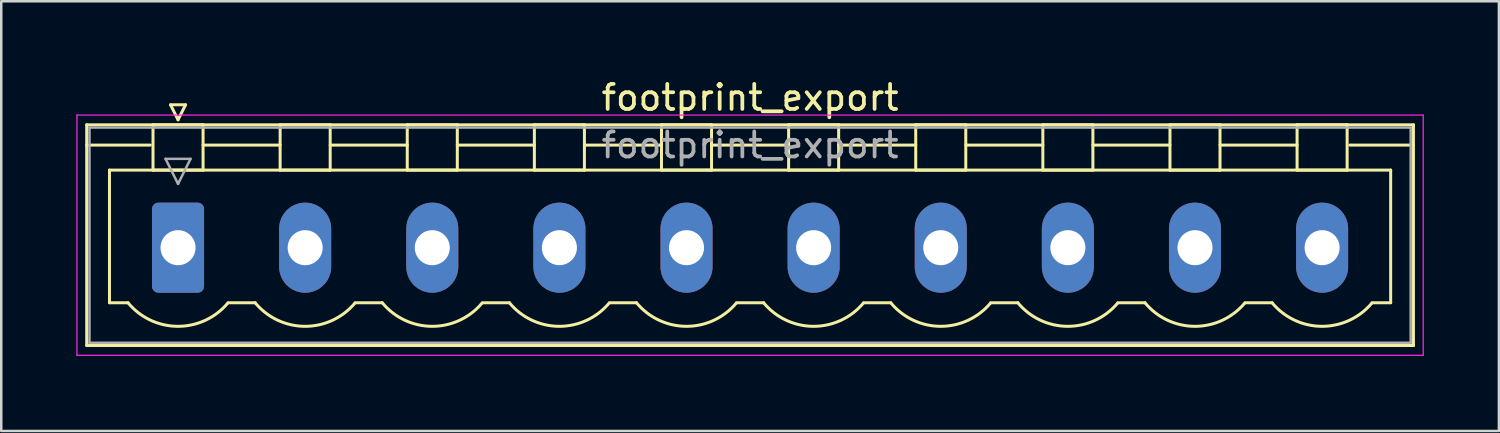
<source format=kicad_pcb>
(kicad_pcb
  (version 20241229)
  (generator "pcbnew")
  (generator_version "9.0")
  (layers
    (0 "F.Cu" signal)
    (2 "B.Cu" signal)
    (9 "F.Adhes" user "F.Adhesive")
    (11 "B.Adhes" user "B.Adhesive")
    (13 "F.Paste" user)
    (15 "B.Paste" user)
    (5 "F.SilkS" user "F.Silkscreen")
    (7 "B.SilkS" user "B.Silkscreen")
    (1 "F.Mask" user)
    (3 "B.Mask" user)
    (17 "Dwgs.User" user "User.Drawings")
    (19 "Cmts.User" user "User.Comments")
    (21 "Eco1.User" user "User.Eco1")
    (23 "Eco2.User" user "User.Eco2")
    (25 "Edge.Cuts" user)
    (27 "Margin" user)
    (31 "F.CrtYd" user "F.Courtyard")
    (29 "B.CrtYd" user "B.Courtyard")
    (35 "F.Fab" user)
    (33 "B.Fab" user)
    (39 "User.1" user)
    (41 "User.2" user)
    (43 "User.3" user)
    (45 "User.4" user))
  (footprint "footprint_export"
    (layer "F.Cu")
    (at 4.065 6.848)
    (property "Reference" "footprint_export" (at 22.86 -6 0) (layer "F.SilkS") (effects (font (size 1 1) (thickness 0.15))))
    (attr through_hole)
    (fp_line (start -3.65 -4.91) (end -3.65 3.91) (stroke (width 0.12) (type solid)) (layer "F.SilkS"))
    (fp_line (start -3.65 -4.1) (end -1.11 -4.1) (stroke (width 0.12) (type solid)) (layer "F.SilkS"))
    (fp_line (start -3.65 3.91) (end 49.37 3.91) (stroke (width 0.12) (type solid)) (layer "F.SilkS"))
    (fp_line (start -2.74 -3.1) (end 48.46 -3.1) (stroke (width 0.12) (type solid)) (layer "F.SilkS"))
    (fp_line (start -2.74 2.2) (end -2.74 -3.1) (stroke (width 0.12) (type solid)) (layer "F.SilkS"))
    (fp_line (start -2 2.2) (end -2.74 2.2) (stroke (width 0.12) (type solid)) (layer "F.SilkS"))
    (fp_line (start -1 -4.91) (end 1 -4.91) (stroke (width 0.12) (type solid)) (layer "F.SilkS"))
    (fp_line (start -1 -3.1) (end -1 -4.91) (stroke (width 0.12) (type solid)) (layer "F.SilkS"))
    (fp_line (start -0.3 -5.71) (end 0.3 -5.71) (stroke (width 0.12) (type solid)) (layer "F.SilkS"))
    (fp_line (start 0 -5.11) (end -0.3 -5.71) (stroke (width 0.12) (type solid)) (layer "F.SilkS"))
    (fp_line (start 0.3 -5.71) (end 0 -5.11) (stroke (width 0.12) (type solid)) (layer "F.SilkS"))
    (fp_line (start 1 -4.91) (end 1 -3.1) (stroke (width 0.12) (type solid)) (layer "F.SilkS"))
    (fp_line (start 1 -4.1) (end 4.08 -4.1) (stroke (width 0.12) (type solid)) (layer "F.SilkS"))
    (fp_line (start 1 -3.1) (end -1 -3.1) (stroke (width 0.12) (type solid)) (layer "F.SilkS"))
    (fp_line (start 2 2.2) (end 3.08 2.2) (stroke (width 0.12) (type solid)) (layer "F.SilkS"))
    (fp_line (start 4.08 -4.91) (end 6.08 -4.91) (stroke (width 0.12) (type solid)) (layer "F.SilkS"))
    (fp_line (start 4.08 -3.1) (end 4.08 -4.91) (stroke (width 0.12) (type solid)) (layer "F.SilkS"))
    (fp_line (start 6.08 -4.91) (end 6.08 -3.1) (stroke (width 0.12) (type solid)) (layer "F.SilkS"))
    (fp_line (start 6.08 -4.1) (end 9.16 -4.1) (stroke (width 0.12) (type solid)) (layer "F.SilkS"))
    (fp_line (start 6.08 -3.1) (end 4.08 -3.1) (stroke (width 0.12) (type solid)) (layer "F.SilkS"))
    (fp_line (start 7.08 2.2) (end 8.16 2.2) (stroke (width 0.12) (type solid)) (layer "F.SilkS"))
    (fp_line (start 9.16 -4.91) (end 11.16 -4.91) (stroke (width 0.12) (type solid)) (layer "F.SilkS"))
    (fp_line (start 9.16 -3.1) (end 9.16 -4.91) (stroke (width 0.12) (type solid)) (layer "F.SilkS"))
    (fp_line (start 11.16 -4.91) (end 11.16 -3.1) (stroke (width 0.12) (type solid)) (layer "F.SilkS"))
    (fp_line (start 11.16 -4.1) (end 14.24 -4.1) (stroke (width 0.12) (type solid)) (layer "F.SilkS"))
    (fp_line (start 11.16 -3.1) (end 9.16 -3.1) (stroke (width 0.12) (type solid)) (layer "F.SilkS"))
    (fp_line (start 12.16 2.2) (end 13.24 2.2) (stroke (width 0.12) (type solid)) (layer "F.SilkS"))
    (fp_line (start 14.24 -4.91) (end 16.24 -4.91) (stroke (width 0.12) (type solid)) (layer "F.SilkS"))
    (fp_line (start 14.24 -3.1) (end 14.24 -4.91) (stroke (width 0.12) (type solid)) (layer "F.SilkS"))
    (fp_line (start 16.24 -4.91) (end 16.24 -3.1) (stroke (width 0.12) (type solid)) (layer "F.SilkS"))
    (fp_line (start 16.24 -4.1) (end 19.32 -4.1) (stroke (width 0.12) (type solid)) (layer "F.SilkS"))
    (fp_line (start 16.24 -3.1) (end 14.24 -3.1) (stroke (width 0.12) (type solid)) (layer "F.SilkS"))
    (fp_line (start 17.24 2.2) (end 18.32 2.2) (stroke (width 0.12) (type solid)) (layer "F.SilkS"))
    (fp_line (start 19.32 -4.91) (end 21.32 -4.91) (stroke (width 0.12) (type solid)) (layer "F.SilkS"))
    (fp_line (start 19.32 -3.1) (end 19.32 -4.91) (stroke (width 0.12) (type solid)) (layer "F.SilkS"))
    (fp_line (start 21.32 -4.91) (end 21.32 -3.1) (stroke (width 0.12) (type solid)) (layer "F.SilkS"))
    (fp_line (start 21.32 -4.1) (end 24.4 -4.1) (stroke (width 0.12) (type solid)) (layer "F.SilkS"))
    (fp_line (start 21.32 -3.1) (end 19.32 -3.1) (stroke (width 0.12) (type solid)) (layer "F.SilkS"))
    (fp_line (start 22.32 2.2) (end 23.4 2.2) (stroke (width 0.12) (type solid)) (layer "F.SilkS"))
    (fp_line (start 24.4 -4.91) (end 26.4 -4.91) (stroke (width 0.12) (type solid)) (layer "F.SilkS"))
    (fp_line (start 24.4 -3.1) (end 24.4 -4.91) (stroke (width 0.12) (type solid)) (layer "F.SilkS"))
    (fp_line (start 26.4 -4.91) (end 26.4 -3.1) (stroke (width 0.12) (type solid)) (layer "F.SilkS"))
    (fp_line (start 26.4 -4.1) (end 29.48 -4.1) (stroke (width 0.12) (type solid)) (layer "F.SilkS"))
    (fp_line (start 26.4 -3.1) (end 24.4 -3.1) (stroke (width 0.12) (type solid)) (layer "F.SilkS"))
    (fp_line (start 27.4 2.2) (end 28.48 2.2) (stroke (width 0.12) (type solid)) (layer "F.SilkS"))
    (fp_line (start 29.48 -4.91) (end 31.48 -4.91) (stroke (width 0.12) (type solid)) (layer "F.SilkS"))
    (fp_line (start 29.48 -3.1) (end 29.48 -4.91) (stroke (width 0.12) (type solid)) (layer "F.SilkS"))
    (fp_line (start 31.48 -4.91) (end 31.48 -3.1) (stroke (width 0.12) (type solid)) (layer "F.SilkS"))
    (fp_line (start 31.48 -4.1) (end 34.56 -4.1) (stroke (width 0.12) (type solid)) (layer "F.SilkS"))
    (fp_line (start 31.48 -3.1) (end 29.48 -3.1) (stroke (width 0.12) (type solid)) (layer "F.SilkS"))
    (fp_line (start 32.48 2.2) (end 33.56 2.2) (stroke (width 0.12) (type solid)) (layer "F.SilkS"))
    (fp_line (start 34.56 -4.91) (end 36.56 -4.91) (stroke (width 0.12) (type solid)) (layer "F.SilkS"))
    (fp_line (start 34.56 -3.1) (end 34.56 -4.91) (stroke (width 0.12) (type solid)) (layer "F.SilkS"))
    (fp_line (start 36.56 -4.91) (end 36.56 -3.1) (stroke (width 0.12) (type solid)) (layer "F.SilkS"))
    (fp_line (start 36.56 -4.1) (end 39.64 -4.1) (stroke (width 0.12) (type solid)) (layer "F.SilkS"))
    (fp_line (start 36.56 -3.1) (end 34.56 -3.1) (stroke (width 0.12) (type solid)) (layer "F.SilkS"))
    (fp_line (start 37.56 2.2) (end 38.64 2.2) (stroke (width 0.12) (type solid)) (layer "F.SilkS"))
    (fp_line (start 39.64 -4.91) (end 41.64 -4.91) (stroke (width 0.12) (type solid)) (layer "F.SilkS"))
    (fp_line (start 39.64 -3.1) (end 39.64 -4.91) (stroke (width 0.12) (type solid)) (layer "F.SilkS"))
    (fp_line (start 41.64 -4.91) (end 41.64 -3.1) (stroke (width 0.12) (type solid)) (layer "F.SilkS"))
    (fp_line (start 41.64 -4.1) (end 44.72 -4.1) (stroke (width 0.12) (type solid)) (layer "F.SilkS"))
    (fp_line (start 41.64 -3.1) (end 39.64 -3.1) (stroke (width 0.12) (type solid)) (layer "F.SilkS"))
    (fp_line (start 42.64 2.2) (end 43.72 2.2) (stroke (width 0.12) (type solid)) (layer "F.SilkS"))
    (fp_line (start 44.72 -4.91) (end 46.72 -4.91) (stroke (width 0.12) (type solid)) (layer "F.SilkS"))
    (fp_line (start 44.72 -3.1) (end 44.72 -4.91) (stroke (width 0.12) (type solid)) (layer "F.SilkS"))
    (fp_line (start 46.72 -4.91) (end 46.72 -3.1) (stroke (width 0.12) (type solid)) (layer "F.SilkS"))
    (fp_line (start 46.72 -3.1) (end 44.72 -3.1) (stroke (width 0.12) (type solid)) (layer "F.SilkS"))
    (fp_line (start 48.46 -3.1) (end 48.46 2.2) (stroke (width 0.12) (type solid)) (layer "F.SilkS"))
    (fp_line (start 48.46 2.2) (end 47.72 2.2) (stroke (width 0.12) (type solid)) (layer "F.SilkS"))
    (fp_line (start 49.37 -4.91) (end -3.65 -4.91) (stroke (width 0.12) (type solid)) (layer "F.SilkS"))
    (fp_line (start 49.37 -4.1) (end 46.83 -4.1) (stroke (width 0.12) (type solid)) (layer "F.SilkS"))
    (fp_line (start 49.37 3.91) (end 49.37 -4.91) (stroke (width 0.12) (type solid)) (layer "F.SilkS"))
    (fp_arc (start 1.986842 2.215821) (mid -0.010289 3.142758) (end -2 2.2) (stroke (width 0.12) (type solid)) (layer "F.SilkS"))
    (fp_arc (start 7.066842 2.215821) (mid 5.069711 3.142758) (end 3.08 2.2) (stroke (width 0.12) (type solid)) (layer "F.SilkS"))
    (fp_arc (start 12.146842 2.215821) (mid 10.149711 3.142758) (end 8.16 2.2) (stroke (width 0.12) (type solid)) (layer "F.SilkS"))
    (fp_arc (start 17.226842 2.215821) (mid 15.229711 3.142758) (end 13.24 2.2) (stroke (width 0.12) (type solid)) (layer "F.SilkS"))
    (fp_arc (start 22.306842 2.215821) (mid 20.309711 3.142758) (end 18.32 2.2) (stroke (width 0.12) (type solid)) (layer "F.SilkS"))
    (fp_arc (start 27.386842 2.215821) (mid 25.389711 3.142758) (end 23.4 2.2) (stroke (width 0.12) (type solid)) (layer "F.SilkS"))
    (fp_arc (start 32.466842 2.215821) (mid 30.469711 3.142758) (end 28.48 2.2) (stroke (width 0.12) (type solid)) (layer "F.SilkS"))
    (fp_arc (start 37.546842 2.215821) (mid 35.549711 3.142758) (end 33.56 2.2) (stroke (width 0.12) (type solid)) (layer "F.SilkS"))
    (fp_arc (start 42.626842 2.215821) (mid 40.629711 3.142758) (end 38.64 2.2) (stroke (width 0.12) (type solid)) (layer "F.SilkS"))
    (fp_arc (start 47.706842 2.215821) (mid 45.709711 3.142758) (end 43.72 2.2) (stroke (width 0.12) (type solid)) (layer "F.SilkS"))
    (fp_line (start -4.04 -5.3) (end -4.04 4.3) (stroke (width 0.05) (type solid)) (layer "F.CrtYd"))
    (fp_line (start -4.04 4.3) (end 49.76 4.3) (stroke (width 0.05) (type solid)) (layer "F.CrtYd"))
    (fp_line (start 49.76 -5.3) (end -4.04 -5.3) (stroke (width 0.05) (type solid)) (layer "F.CrtYd"))
    (fp_line (start 49.76 4.3) (end 49.76 -5.3) (stroke (width 0.05) (type solid)) (layer "F.CrtYd"))
    (fp_line (start -3.54 -4.8) (end -3.54 3.8) (stroke (width 0.1) (type solid)) (layer "F.Fab"))
    (fp_line (start -3.54 3.8) (end 49.26 3.8) (stroke (width 0.1) (type solid)) (layer "F.Fab"))
    (fp_line (start -0.5 -3.55) (end 0.5 -3.55) (stroke (width 0.1) (type solid)) (layer "F.Fab"))
    (fp_line (start 0 -2.55) (end -0.5 -3.55) (stroke (width 0.1) (type solid)) (layer "F.Fab"))
    (fp_line (start 0.5 -3.55) (end 0 -2.55) (stroke (width 0.1) (type solid)) (layer "F.Fab"))
    (fp_line (start 49.26 -4.8) (end -3.54 -4.8) (stroke (width 0.1) (type solid)) (layer "F.Fab"))
    (fp_line (start 49.26 3.8) (end 49.26 -4.8) (stroke (width 0.1) (type solid)) (layer "F.Fab"))
    (fp_text user "${REFERENCE}" (at 22.86 -4.1 0) (layer "F.Fab") (effects (font (size 1 1) (thickness 0.15))))
    (pad "1" thru_hole roundrect (at 0 0) (size 2.08 3.6) (drill 1.4) (layers "*.Cu" "*.Mask") (roundrect_rratio 0.12))
    (pad "2" thru_hole oval (at 5.08 0) (size 2.08 3.6) (drill 1.4) (layers "*.Cu" "*.Mask"))
    (pad "3" thru_hole oval (at 10.16 0) (size 2.08 3.6) (drill 1.4) (layers "*.Cu" "*.Mask"))
    (pad "4" thru_hole oval (at 15.24 0) (size 2.08 3.6) (drill 1.4) (layers "*.Cu" "*.Mask"))
    (pad "5" thru_hole oval (at 20.32 0) (size 2.08 3.6) (drill 1.4) (layers "*.Cu" "*.Mask"))
    (pad "6" thru_hole oval (at 25.4 0) (size 2.08 3.6) (drill 1.4) (layers "*.Cu" "*.Mask"))
    (pad "7" thru_hole oval (at 30.48 0) (size 2.08 3.6) (drill 1.4) (layers "*.Cu" "*.Mask"))
    (pad "8" thru_hole oval (at 35.56 0) (size 2.08 3.6) (drill 1.4) (layers "*.Cu" "*.Mask"))
    (pad "9" thru_hole oval (at 40.64 0) (size 2.08 3.6) (drill 1.4) (layers "*.Cu" "*.Mask"))
    (pad "10" thru_hole oval (at 45.72 0) (size 2.08 3.6) (drill 1.4) (layers "*.Cu" "*.Mask")))
  (gr_rect
    (start -3 -3)
    (end 56.85 14.173)
    (stroke (width 0.1) (type default))
    (fill no)
    (layer "Edge.Cuts")))
</source>
